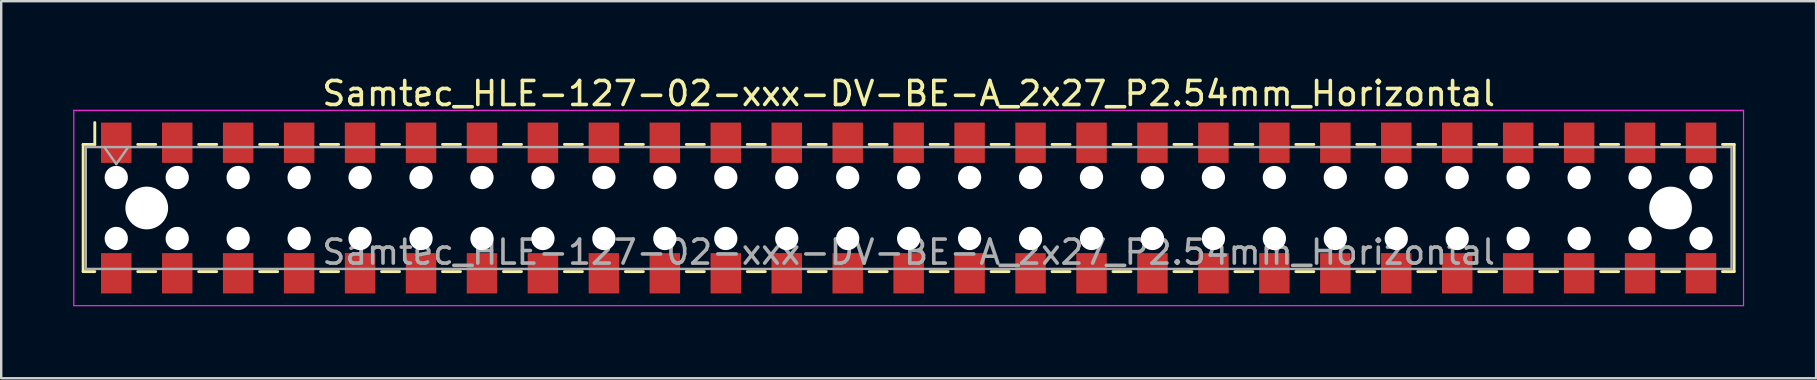
<source format=kicad_pcb>
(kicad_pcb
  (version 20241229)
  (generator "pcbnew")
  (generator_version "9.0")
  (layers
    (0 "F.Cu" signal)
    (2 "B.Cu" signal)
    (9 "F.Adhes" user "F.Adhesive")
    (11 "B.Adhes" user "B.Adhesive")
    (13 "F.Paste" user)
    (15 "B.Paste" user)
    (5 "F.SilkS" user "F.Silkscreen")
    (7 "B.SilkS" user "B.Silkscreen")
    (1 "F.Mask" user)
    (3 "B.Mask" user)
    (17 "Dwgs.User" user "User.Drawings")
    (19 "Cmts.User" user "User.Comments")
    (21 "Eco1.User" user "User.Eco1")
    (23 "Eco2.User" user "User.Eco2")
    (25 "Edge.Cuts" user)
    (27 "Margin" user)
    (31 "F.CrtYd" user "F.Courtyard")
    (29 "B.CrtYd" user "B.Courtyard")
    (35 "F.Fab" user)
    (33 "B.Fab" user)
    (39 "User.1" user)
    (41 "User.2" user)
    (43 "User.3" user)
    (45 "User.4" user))
  (footprint "Samtec_HLE-127-02-xxx-DV-BE-A_2x27_P2.54mm_Horizontal"
    (layer "F.Cu")
    (at 34.815 5.618)
    (property "Reference" "Samtec_HLE-127-02-xxx-DV-BE-A_2x27_P2.54mm_Horizontal" (at 0 -4.77 0) (layer "F.SilkS") (effects (font (size 1 1) (thickness 0.15))))
    (attr smd)
    (fp_line (start -34.4 -2.65) (end -34.4 2.65) (stroke (width 0.12) (type solid)) (layer "F.SilkS"))
    (fp_line (start -34.4 2.65) (end -33.915 2.65) (stroke (width 0.12) (type solid)) (layer "F.SilkS"))
    (fp_line (start -33.915 -3.56) (end -33.915 -2.65) (stroke (width 0.12) (type solid)) (layer "F.SilkS"))
    (fp_line (start -33.915 -2.65) (end -34.4 -2.65) (stroke (width 0.12) (type solid)) (layer "F.SilkS"))
    (fp_line (start -32.125 -2.65) (end -31.375 -2.65) (stroke (width 0.12) (type solid)) (layer "F.SilkS"))
    (fp_line (start -32.125 2.65) (end -31.375 2.65) (stroke (width 0.12) (type solid)) (layer "F.SilkS"))
    (fp_line (start -29.585 -2.65) (end -28.835 -2.65) (stroke (width 0.12) (type solid)) (layer "F.SilkS"))
    (fp_line (start -29.585 2.65) (end -28.835 2.65) (stroke (width 0.12) (type solid)) (layer "F.SilkS"))
    (fp_line (start -27.045 -2.65) (end -26.295 -2.65) (stroke (width 0.12) (type solid)) (layer "F.SilkS"))
    (fp_line (start -27.045 2.65) (end -26.295 2.65) (stroke (width 0.12) (type solid)) (layer "F.SilkS"))
    (fp_line (start -24.505 -2.65) (end -23.755 -2.65) (stroke (width 0.12) (type solid)) (layer "F.SilkS"))
    (fp_line (start -24.505 2.65) (end -23.755 2.65) (stroke (width 0.12) (type solid)) (layer "F.SilkS"))
    (fp_line (start -21.965 -2.65) (end -21.215 -2.65) (stroke (width 0.12) (type solid)) (layer "F.SilkS"))
    (fp_line (start -21.965 2.65) (end -21.215 2.65) (stroke (width 0.12) (type solid)) (layer "F.SilkS"))
    (fp_line (start -19.425 -2.65) (end -18.675 -2.65) (stroke (width 0.12) (type solid)) (layer "F.SilkS"))
    (fp_line (start -19.425 2.65) (end -18.675 2.65) (stroke (width 0.12) (type solid)) (layer "F.SilkS"))
    (fp_line (start -16.885 -2.65) (end -16.135 -2.65) (stroke (width 0.12) (type solid)) (layer "F.SilkS"))
    (fp_line (start -16.885 2.65) (end -16.135 2.65) (stroke (width 0.12) (type solid)) (layer "F.SilkS"))
    (fp_line (start -14.345 -2.65) (end -13.595 -2.65) (stroke (width 0.12) (type solid)) (layer "F.SilkS"))
    (fp_line (start -14.345 2.65) (end -13.595 2.65) (stroke (width 0.12) (type solid)) (layer "F.SilkS"))
    (fp_line (start -11.805 -2.65) (end -11.055 -2.65) (stroke (width 0.12) (type solid)) (layer "F.SilkS"))
    (fp_line (start -11.805 2.65) (end -11.055 2.65) (stroke (width 0.12) (type solid)) (layer "F.SilkS"))
    (fp_line (start -9.265 -2.65) (end -8.515 -2.65) (stroke (width 0.12) (type solid)) (layer "F.SilkS"))
    (fp_line (start -9.265 2.65) (end -8.515 2.65) (stroke (width 0.12) (type solid)) (layer "F.SilkS"))
    (fp_line (start -6.725 -2.65) (end -5.975 -2.65) (stroke (width 0.12) (type solid)) (layer "F.SilkS"))
    (fp_line (start -6.725 2.65) (end -5.975 2.65) (stroke (width 0.12) (type solid)) (layer "F.SilkS"))
    (fp_line (start -4.185 -2.65) (end -3.435 -2.65) (stroke (width 0.12) (type solid)) (layer "F.SilkS"))
    (fp_line (start -4.185 2.65) (end -3.435 2.65) (stroke (width 0.12) (type solid)) (layer "F.SilkS"))
    (fp_line (start -1.645 -2.65) (end -0.895 -2.65) (stroke (width 0.12) (type solid)) (layer "F.SilkS"))
    (fp_line (start -1.645 2.65) (end -0.895 2.65) (stroke (width 0.12) (type solid)) (layer "F.SilkS"))
    (fp_line (start 0.895 -2.65) (end 1.645 -2.65) (stroke (width 0.12) (type solid)) (layer "F.SilkS"))
    (fp_line (start 0.895 2.65) (end 1.645 2.65) (stroke (width 0.12) (type solid)) (layer "F.SilkS"))
    (fp_line (start 3.435 -2.65) (end 4.185 -2.65) (stroke (width 0.12) (type solid)) (layer "F.SilkS"))
    (fp_line (start 3.435 2.65) (end 4.185 2.65) (stroke (width 0.12) (type solid)) (layer "F.SilkS"))
    (fp_line (start 5.975 -2.65) (end 6.725 -2.65) (stroke (width 0.12) (type solid)) (layer "F.SilkS"))
    (fp_line (start 5.975 2.65) (end 6.725 2.65) (stroke (width 0.12) (type solid)) (layer "F.SilkS"))
    (fp_line (start 8.515 -2.65) (end 9.265 -2.65) (stroke (width 0.12) (type solid)) (layer "F.SilkS"))
    (fp_line (start 8.515 2.65) (end 9.265 2.65) (stroke (width 0.12) (type solid)) (layer "F.SilkS"))
    (fp_line (start 11.055 -2.65) (end 11.805 -2.65) (stroke (width 0.12) (type solid)) (layer "F.SilkS"))
    (fp_line (start 11.055 2.65) (end 11.805 2.65) (stroke (width 0.12) (type solid)) (layer "F.SilkS"))
    (fp_line (start 13.595 -2.65) (end 14.345 -2.65) (stroke (width 0.12) (type solid)) (layer "F.SilkS"))
    (fp_line (start 13.595 2.65) (end 14.345 2.65) (stroke (width 0.12) (type solid)) (layer "F.SilkS"))
    (fp_line (start 16.135 -2.65) (end 16.885 -2.65) (stroke (width 0.12) (type solid)) (layer "F.SilkS"))
    (fp_line (start 16.135 2.65) (end 16.885 2.65) (stroke (width 0.12) (type solid)) (layer "F.SilkS"))
    (fp_line (start 18.675 -2.65) (end 19.425 -2.65) (stroke (width 0.12) (type solid)) (layer "F.SilkS"))
    (fp_line (start 18.675 2.65) (end 19.425 2.65) (stroke (width 0.12) (type solid)) (layer "F.SilkS"))
    (fp_line (start 21.215 -2.65) (end 21.965 -2.65) (stroke (width 0.12) (type solid)) (layer "F.SilkS"))
    (fp_line (start 21.215 2.65) (end 21.965 2.65) (stroke (width 0.12) (type solid)) (layer "F.SilkS"))
    (fp_line (start 23.755 -2.65) (end 24.505 -2.65) (stroke (width 0.12) (type solid)) (layer "F.SilkS"))
    (fp_line (start 23.755 2.65) (end 24.505 2.65) (stroke (width 0.12) (type solid)) (layer "F.SilkS"))
    (fp_line (start 26.295 -2.65) (end 27.045 -2.65) (stroke (width 0.12) (type solid)) (layer "F.SilkS"))
    (fp_line (start 26.295 2.65) (end 27.045 2.65) (stroke (width 0.12) (type solid)) (layer "F.SilkS"))
    (fp_line (start 28.835 -2.65) (end 29.585 -2.65) (stroke (width 0.12) (type solid)) (layer "F.SilkS"))
    (fp_line (start 28.835 2.65) (end 29.585 2.65) (stroke (width 0.12) (type solid)) (layer "F.SilkS"))
    (fp_line (start 31.375 -2.65) (end 32.125 -2.65) (stroke (width 0.12) (type solid)) (layer "F.SilkS"))
    (fp_line (start 31.375 2.65) (end 32.125 2.65) (stroke (width 0.12) (type solid)) (layer "F.SilkS"))
    (fp_line (start 33.915 -2.65) (end 34.4 -2.65) (stroke (width 0.12) (type solid)) (layer "F.SilkS"))
    (fp_line (start 34.4 -2.65) (end 34.4 2.65) (stroke (width 0.12) (type solid)) (layer "F.SilkS"))
    (fp_line (start 34.4 2.65) (end 33.915 2.65) (stroke (width 0.12) (type solid)) (layer "F.SilkS"))
    (fp_line (start -34.79 -4.07) (end 34.79 -4.07) (stroke (width 0.05) (type solid)) (layer "F.CrtYd"))
    (fp_line (start -34.79 4.07) (end -34.79 -4.07) (stroke (width 0.05) (type solid)) (layer "F.CrtYd"))
    (fp_line (start 34.79 -4.07) (end 34.79 4.07) (stroke (width 0.05) (type solid)) (layer "F.CrtYd"))
    (fp_line (start 34.79 4.07) (end -34.79 4.07) (stroke (width 0.05) (type solid)) (layer "F.CrtYd"))
    (fp_line (start -34.29 -2.54) (end 34.29 -2.54) (stroke (width 0.1) (type solid)) (layer "F.Fab"))
    (fp_line (start -34.29 2.54) (end -34.29 -2.54) (stroke (width 0.1) (type solid)) (layer "F.Fab"))
    (fp_line (start -33.52 -2.54) (end -33.02 -1.833) (stroke (width 0.1) (type solid)) (layer "F.Fab"))
    (fp_line (start -33.02 -1.833) (end -32.52 -2.54) (stroke (width 0.1) (type solid)) (layer "F.Fab"))
    (fp_line (start 34.29 -2.54) (end 34.29 2.54) (stroke (width 0.1) (type solid)) (layer "F.Fab"))
    (fp_line (start 34.29 2.54) (end -34.29 2.54) (stroke (width 0.1) (type solid)) (layer "F.Fab"))
    (fp_text user "${REFERENCE}" (at 0 1.84 0) (layer "F.Fab") (effects (font (size 1 1) (thickness 0.15))))
    (pad "" np_thru_hole circle (at -33.02 -1.27) (size 0.97 0.97) (drill 0.97) (layers "*.Cu" "*.Mask"))
    (pad "" np_thru_hole circle (at -33.02 1.27) (size 0.97 0.97) (drill 0.97) (layers "*.Cu" "*.Mask"))
    (pad "" np_thru_hole circle (at -31.75 0) (size 1.78 1.78) (drill 1.78) (layers "*.Cu" "*.Mask"))
    (pad "" np_thru_hole circle (at -30.48 -1.27) (size 0.97 0.97) (drill 0.97) (layers "*.Cu" "*.Mask"))
    (pad "" np_thru_hole circle (at -30.48 1.27) (size 0.97 0.97) (drill 0.97) (layers "*.Cu" "*.Mask"))
    (pad "" np_thru_hole circle (at -27.94 -1.27) (size 0.97 0.97) (drill 0.97) (layers "*.Cu" "*.Mask"))
    (pad "" np_thru_hole circle (at -27.94 1.27) (size 0.97 0.97) (drill 0.97) (layers "*.Cu" "*.Mask"))
    (pad "" np_thru_hole circle (at -25.4 -1.27) (size 0.97 0.97) (drill 0.97) (layers "*.Cu" "*.Mask"))
    (pad "" np_thru_hole circle (at -25.4 1.27) (size 0.97 0.97) (drill 0.97) (layers "*.Cu" "*.Mask"))
    (pad "" np_thru_hole circle (at -22.86 -1.27) (size 0.97 0.97) (drill 0.97) (layers "*.Cu" "*.Mask"))
    (pad "" np_thru_hole circle (at -22.86 1.27) (size 0.97 0.97) (drill 0.97) (layers "*.Cu" "*.Mask"))
    (pad "" np_thru_hole circle (at -20.32 -1.27) (size 0.97 0.97) (drill 0.97) (layers "*.Cu" "*.Mask"))
    (pad "" np_thru_hole circle (at -20.32 1.27) (size 0.97 0.97) (drill 0.97) (layers "*.Cu" "*.Mask"))
    (pad "" np_thru_hole circle (at -17.78 -1.27) (size 0.97 0.97) (drill 0.97) (layers "*.Cu" "*.Mask"))
    (pad "" np_thru_hole circle (at -17.78 1.27) (size 0.97 0.97) (drill 0.97) (layers "*.Cu" "*.Mask"))
    (pad "" np_thru_hole circle (at -15.24 -1.27) (size 0.97 0.97) (drill 0.97) (layers "*.Cu" "*.Mask"))
    (pad "" np_thru_hole circle (at -15.24 1.27) (size 0.97 0.97) (drill 0.97) (layers "*.Cu" "*.Mask"))
    (pad "" np_thru_hole circle (at -12.7 -1.27) (size 0.97 0.97) (drill 0.97) (layers "*.Cu" "*.Mask"))
    (pad "" np_thru_hole circle (at -12.7 1.27) (size 0.97 0.97) (drill 0.97) (layers "*.Cu" "*.Mask"))
    (pad "" np_thru_hole circle (at -10.16 -1.27) (size 0.97 0.97) (drill 0.97) (layers "*.Cu" "*.Mask"))
    (pad "" np_thru_hole circle (at -10.16 1.27) (size 0.97 0.97) (drill 0.97) (layers "*.Cu" "*.Mask"))
    (pad "" np_thru_hole circle (at -7.62 -1.27) (size 0.97 0.97) (drill 0.97) (layers "*.Cu" "*.Mask"))
    (pad "" np_thru_hole circle (at -7.62 1.27) (size 0.97 0.97) (drill 0.97) (layers "*.Cu" "*.Mask"))
    (pad "" np_thru_hole circle (at -5.08 -1.27) (size 0.97 0.97) (drill 0.97) (layers "*.Cu" "*.Mask"))
    (pad "" np_thru_hole circle (at -5.08 1.27) (size 0.97 0.97) (drill 0.97) (layers "*.Cu" "*.Mask"))
    (pad "" np_thru_hole circle (at -2.54 -1.27) (size 0.97 0.97) (drill 0.97) (layers "*.Cu" "*.Mask"))
    (pad "" np_thru_hole circle (at -2.54 1.27) (size 0.97 0.97) (drill 0.97) (layers "*.Cu" "*.Mask"))
    (pad "" np_thru_hole circle (at 0 -1.27) (size 0.97 0.97) (drill 0.97) (layers "*.Cu" "*.Mask"))
    (pad "" np_thru_hole circle (at 0 1.27) (size 0.97 0.97) (drill 0.97) (layers "*.Cu" "*.Mask"))
    (pad "" np_thru_hole circle (at 2.54 -1.27) (size 0.97 0.97) (drill 0.97) (layers "*.Cu" "*.Mask"))
    (pad "" np_thru_hole circle (at 2.54 1.27) (size 0.97 0.97) (drill 0.97) (layers "*.Cu" "*.Mask"))
    (pad "" np_thru_hole circle (at 5.08 -1.27) (size 0.97 0.97) (drill 0.97) (layers "*.Cu" "*.Mask"))
    (pad "" np_thru_hole circle (at 5.08 1.27) (size 0.97 0.97) (drill 0.97) (layers "*.Cu" "*.Mask"))
    (pad "" np_thru_hole circle (at 7.62 -1.27) (size 0.97 0.97) (drill 0.97) (layers "*.Cu" "*.Mask"))
    (pad "" np_thru_hole circle (at 7.62 1.27) (size 0.97 0.97) (drill 0.97) (layers "*.Cu" "*.Mask"))
    (pad "" np_thru_hole circle (at 10.16 -1.27) (size 0.97 0.97) (drill 0.97) (layers "*.Cu" "*.Mask"))
    (pad "" np_thru_hole circle (at 10.16 1.27) (size 0.97 0.97) (drill 0.97) (layers "*.Cu" "*.Mask"))
    (pad "" np_thru_hole circle (at 12.7 -1.27) (size 0.97 0.97) (drill 0.97) (layers "*.Cu" "*.Mask"))
    (pad "" np_thru_hole circle (at 12.7 1.27) (size 0.97 0.97) (drill 0.97) (layers "*.Cu" "*.Mask"))
    (pad "" np_thru_hole circle (at 15.24 -1.27) (size 0.97 0.97) (drill 0.97) (layers "*.Cu" "*.Mask"))
    (pad "" np_thru_hole circle (at 15.24 1.27) (size 0.97 0.97) (drill 0.97) (layers "*.Cu" "*.Mask"))
    (pad "" np_thru_hole circle (at 17.78 -1.27) (size 0.97 0.97) (drill 0.97) (layers "*.Cu" "*.Mask"))
    (pad "" np_thru_hole circle (at 17.78 1.27) (size 0.97 0.97) (drill 0.97) (layers "*.Cu" "*.Mask"))
    (pad "" np_thru_hole circle (at 20.32 -1.27) (size 0.97 0.97) (drill 0.97) (layers "*.Cu" "*.Mask"))
    (pad "" np_thru_hole circle (at 20.32 1.27) (size 0.97 0.97) (drill 0.97) (layers "*.Cu" "*.Mask"))
    (pad "" np_thru_hole circle (at 22.86 -1.27) (size 0.97 0.97) (drill 0.97) (layers "*.Cu" "*.Mask"))
    (pad "" np_thru_hole circle (at 22.86 1.27) (size 0.97 0.97) (drill 0.97) (layers "*.Cu" "*.Mask"))
    (pad "" np_thru_hole circle (at 25.4 -1.27) (size 0.97 0.97) (drill 0.97) (layers "*.Cu" "*.Mask"))
    (pad "" np_thru_hole circle (at 25.4 1.27) (size 0.97 0.97) (drill 0.97) (layers "*.Cu" "*.Mask"))
    (pad "" np_thru_hole circle (at 27.94 -1.27) (size 0.97 0.97) (drill 0.97) (layers "*.Cu" "*.Mask"))
    (pad "" np_thru_hole circle (at 27.94 1.27) (size 0.97 0.97) (drill 0.97) (layers "*.Cu" "*.Mask"))
    (pad "" np_thru_hole circle (at 30.48 -1.27) (size 0.97 0.97) (drill 0.97) (layers "*.Cu" "*.Mask"))
    (pad "" np_thru_hole circle (at 30.48 1.27) (size 0.97 0.97) (drill 0.97) (layers "*.Cu" "*.Mask"))
    (pad "" np_thru_hole circle (at 31.75 0) (size 1.78 1.78) (drill 1.78) (layers "*.Cu" "*.Mask"))
    (pad "" np_thru_hole circle (at 33.02 -1.27) (size 0.97 0.97) (drill 0.97) (layers "*.Cu" "*.Mask"))
    (pad "" np_thru_hole circle (at 33.02 1.27) (size 0.97 0.97) (drill 0.97) (layers "*.Cu" "*.Mask"))
    (pad "1" smd rect (at -33.02 -2.72) (size 1.27 1.68) (layers "F.Cu" "F.Mask" "F.Paste"))
    (pad "2" smd rect (at -33.02 2.72) (size 1.27 1.68) (layers "F.Cu" "F.Mask" "F.Paste"))
    (pad "3" smd rect (at -30.48 -2.72) (size 1.27 1.68) (layers "F.Cu" "F.Mask" "F.Paste"))
    (pad "4" smd rect (at -30.48 2.72) (size 1.27 1.68) (layers "F.Cu" "F.Mask" "F.Paste"))
    (pad "5" smd rect (at -27.94 -2.72) (size 1.27 1.68) (layers "F.Cu" "F.Mask" "F.Paste"))
    (pad "6" smd rect (at -27.94 2.72) (size 1.27 1.68) (layers "F.Cu" "F.Mask" "F.Paste"))
    (pad "7" smd rect (at -25.4 -2.72) (size 1.27 1.68) (layers "F.Cu" "F.Mask" "F.Paste"))
    (pad "8" smd rect (at -25.4 2.72) (size 1.27 1.68) (layers "F.Cu" "F.Mask" "F.Paste"))
    (pad "9" smd rect (at -22.86 -2.72) (size 1.27 1.68) (layers "F.Cu" "F.Mask" "F.Paste"))
    (pad "10" smd rect (at -22.86 2.72) (size 1.27 1.68) (layers "F.Cu" "F.Mask" "F.Paste"))
    (pad "11" smd rect (at -20.32 -2.72) (size 1.27 1.68) (layers "F.Cu" "F.Mask" "F.Paste"))
    (pad "12" smd rect (at -20.32 2.72) (size 1.27 1.68) (layers "F.Cu" "F.Mask" "F.Paste"))
    (pad "13" smd rect (at -17.78 -2.72) (size 1.27 1.68) (layers "F.Cu" "F.Mask" "F.Paste"))
    (pad "14" smd rect (at -17.78 2.72) (size 1.27 1.68) (layers "F.Cu" "F.Mask" "F.Paste"))
    (pad "15" smd rect (at -15.24 -2.72) (size 1.27 1.68) (layers "F.Cu" "F.Mask" "F.Paste"))
    (pad "16" smd rect (at -15.24 2.72) (size 1.27 1.68) (layers "F.Cu" "F.Mask" "F.Paste"))
    (pad "17" smd rect (at -12.7 -2.72) (size 1.27 1.68) (layers "F.Cu" "F.Mask" "F.Paste"))
    (pad "18" smd rect (at -12.7 2.72) (size 1.27 1.68) (layers "F.Cu" "F.Mask" "F.Paste"))
    (pad "19" smd rect (at -10.16 -2.72) (size 1.27 1.68) (layers "F.Cu" "F.Mask" "F.Paste"))
    (pad "20" smd rect (at -10.16 2.72) (size 1.27 1.68) (layers "F.Cu" "F.Mask" "F.Paste"))
    (pad "21" smd rect (at -7.62 -2.72) (size 1.27 1.68) (layers "F.Cu" "F.Mask" "F.Paste"))
    (pad "22" smd rect (at -7.62 2.72) (size 1.27 1.68) (layers "F.Cu" "F.Mask" "F.Paste"))
    (pad "23" smd rect (at -5.08 -2.72) (size 1.27 1.68) (layers "F.Cu" "F.Mask" "F.Paste"))
    (pad "24" smd rect (at -5.08 2.72) (size 1.27 1.68) (layers "F.Cu" "F.Mask" "F.Paste"))
    (pad "25" smd rect (at -2.54 -2.72) (size 1.27 1.68) (layers "F.Cu" "F.Mask" "F.Paste"))
    (pad "26" smd rect (at -2.54 2.72) (size 1.27 1.68) (layers "F.Cu" "F.Mask" "F.Paste"))
    (pad "27" smd rect (at 0 -2.72) (size 1.27 1.68) (layers "F.Cu" "F.Mask" "F.Paste"))
    (pad "28" smd rect (at 0 2.72) (size 1.27 1.68) (layers "F.Cu" "F.Mask" "F.Paste"))
    (pad "29" smd rect (at 2.54 -2.72) (size 1.27 1.68) (layers "F.Cu" "F.Mask" "F.Paste"))
    (pad "30" smd rect (at 2.54 2.72) (size 1.27 1.68) (layers "F.Cu" "F.Mask" "F.Paste"))
    (pad "31" smd rect (at 5.08 -2.72) (size 1.27 1.68) (layers "F.Cu" "F.Mask" "F.Paste"))
    (pad "32" smd rect (at 5.08 2.72) (size 1.27 1.68) (layers "F.Cu" "F.Mask" "F.Paste"))
    (pad "33" smd rect (at 7.62 -2.72) (size 1.27 1.68) (layers "F.Cu" "F.Mask" "F.Paste"))
    (pad "34" smd rect (at 7.62 2.72) (size 1.27 1.68) (layers "F.Cu" "F.Mask" "F.Paste"))
    (pad "35" smd rect (at 10.16 -2.72) (size 1.27 1.68) (layers "F.Cu" "F.Mask" "F.Paste"))
    (pad "36" smd rect (at 10.16 2.72) (size 1.27 1.68) (layers "F.Cu" "F.Mask" "F.Paste"))
    (pad "37" smd rect (at 12.7 -2.72) (size 1.27 1.68) (layers "F.Cu" "F.Mask" "F.Paste"))
    (pad "38" smd rect (at 12.7 2.72) (size 1.27 1.68) (layers "F.Cu" "F.Mask" "F.Paste"))
    (pad "39" smd rect (at 15.24 -2.72) (size 1.27 1.68) (layers "F.Cu" "F.Mask" "F.Paste"))
    (pad "40" smd rect (at 15.24 2.72) (size 1.27 1.68) (layers "F.Cu" "F.Mask" "F.Paste"))
    (pad "41" smd rect (at 17.78 -2.72) (size 1.27 1.68) (layers "F.Cu" "F.Mask" "F.Paste"))
    (pad "42" smd rect (at 17.78 2.72) (size 1.27 1.68) (layers "F.Cu" "F.Mask" "F.Paste"))
    (pad "43" smd rect (at 20.32 -2.72) (size 1.27 1.68) (layers "F.Cu" "F.Mask" "F.Paste"))
    (pad "44" smd rect (at 20.32 2.72) (size 1.27 1.68) (layers "F.Cu" "F.Mask" "F.Paste"))
    (pad "45" smd rect (at 22.86 -2.72) (size 1.27 1.68) (layers "F.Cu" "F.Mask" "F.Paste"))
    (pad "46" smd rect (at 22.86 2.72) (size 1.27 1.68) (layers "F.Cu" "F.Mask" "F.Paste"))
    (pad "47" smd rect (at 25.4 -2.72) (size 1.27 1.68) (layers "F.Cu" "F.Mask" "F.Paste"))
    (pad "48" smd rect (at 25.4 2.72) (size 1.27 1.68) (layers "F.Cu" "F.Mask" "F.Paste"))
    (pad "49" smd rect (at 27.94 -2.72) (size 1.27 1.68) (layers "F.Cu" "F.Mask" "F.Paste"))
    (pad "50" smd rect (at 27.94 2.72) (size 1.27 1.68) (layers "F.Cu" "F.Mask" "F.Paste"))
    (pad "51" smd rect (at 30.48 -2.72) (size 1.27 1.68) (layers "F.Cu" "F.Mask" "F.Paste"))
    (pad "52" smd rect (at 30.48 2.72) (size 1.27 1.68) (layers "F.Cu" "F.Mask" "F.Paste"))
    (pad "53" smd rect (at 33.02 -2.72) (size 1.27 1.68) (layers "F.Cu" "F.Mask" "F.Paste"))
    (pad "54" smd rect (at 33.02 2.72) (size 1.27 1.68) (layers "F.Cu" "F.Mask" "F.Paste")))
  (gr_rect
    (start -3 -3)
    (end 72.63 12.713)
    (stroke (width 0.1) (type default))
    (fill no)
    (layer "Edge.Cuts")))
</source>
